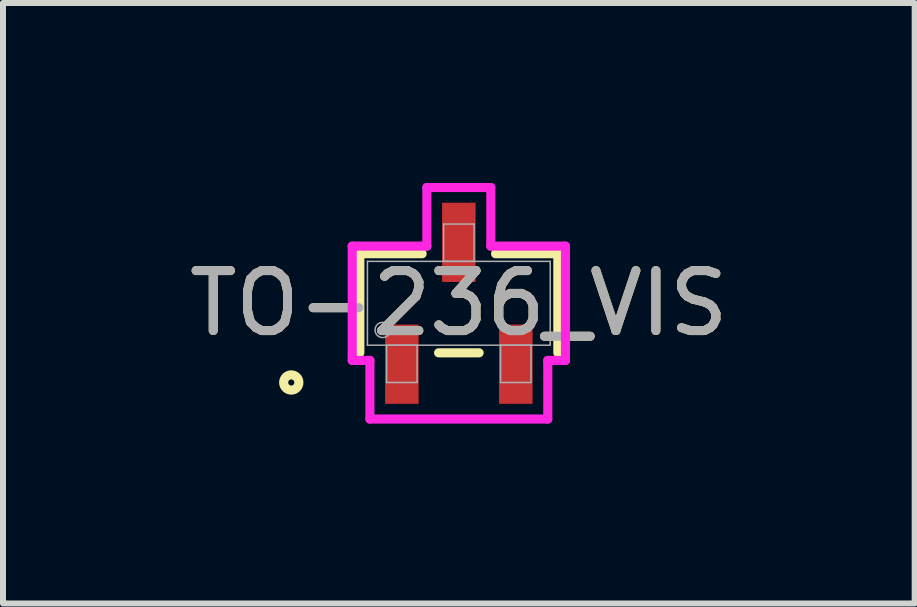
<source format=kicad_pcb>
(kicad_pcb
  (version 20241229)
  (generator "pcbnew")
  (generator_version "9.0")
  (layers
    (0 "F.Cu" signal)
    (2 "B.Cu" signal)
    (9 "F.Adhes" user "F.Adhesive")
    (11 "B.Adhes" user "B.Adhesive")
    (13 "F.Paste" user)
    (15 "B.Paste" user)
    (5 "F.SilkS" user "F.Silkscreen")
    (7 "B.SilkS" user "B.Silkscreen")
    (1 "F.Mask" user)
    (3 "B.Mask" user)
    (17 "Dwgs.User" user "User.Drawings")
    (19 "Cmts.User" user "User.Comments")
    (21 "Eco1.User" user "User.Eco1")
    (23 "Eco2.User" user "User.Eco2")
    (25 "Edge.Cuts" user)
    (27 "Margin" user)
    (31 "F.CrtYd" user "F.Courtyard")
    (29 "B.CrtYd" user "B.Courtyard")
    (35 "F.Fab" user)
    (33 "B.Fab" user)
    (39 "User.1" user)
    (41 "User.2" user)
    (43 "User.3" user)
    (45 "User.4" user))
  (footprint "TO-236_VIS"
    (layer "F.Cu")
    (at 4.601 2.007)
    (property "Reference" "TO-236_VIS" (at 0 0 0) (unlocked yes) (layer "F.SilkS") (effects (font (size 1 1) (thickness 0.15))))
    (attr smd)
    (fp_line (start -1.651 -0.826) (end -1.651 0.826) (stroke (width 0.152) (type solid)) (layer "F.SilkS"))
    (fp_line (start -0.612 -0.826) (end -1.651 -0.826) (stroke (width 0.152) (type solid)) (layer "F.SilkS"))
    (fp_line (start -0.338 0.826) (end 0.338 0.826) (stroke (width 0.152) (type solid)) (layer "F.SilkS"))
    (fp_line (start 1.651 -0.826) (end 0.612 -0.826) (stroke (width 0.152) (type solid)) (layer "F.SilkS"))
    (fp_line (start 1.651 0.826) (end 1.651 -0.826) (stroke (width 0.152) (type solid)) (layer "F.SilkS"))
    (fp_circle (center -2.794 1.321) (end -2.667 1.321) (stroke (width 0.152) (type solid)) (fill no) (layer "F.SilkS"))
    (fp_line (start -1.778 -0.953) (end -0.533 -0.953) (stroke (width 0.152) (type solid)) (layer "F.CrtYd"))
    (fp_line (start -1.778 0.953) (end -1.778 -0.953) (stroke (width 0.152) (type solid)) (layer "F.CrtYd"))
    (fp_line (start -1.778 0.953) (end -1.483 0.953) (stroke (width 0.152) (type solid)) (layer "F.CrtYd"))
    (fp_line (start -1.483 0.953) (end -1.483 1.93) (stroke (width 0.152) (type solid)) (layer "F.CrtYd"))
    (fp_line (start -1.483 1.93) (end 1.483 1.93) (stroke (width 0.152) (type solid)) (layer "F.CrtYd"))
    (fp_line (start -0.533 -1.93) (end 0.533 -1.93) (stroke (width 0.152) (type solid)) (layer "F.CrtYd"))
    (fp_line (start -0.533 -0.953) (end -0.533 -1.93) (stroke (width 0.152) (type solid)) (layer "F.CrtYd"))
    (fp_line (start 0.533 -0.953) (end 0.533 -1.93) (stroke (width 0.152) (type solid)) (layer "F.CrtYd"))
    (fp_line (start 1.483 0.953) (end 1.483 1.93) (stroke (width 0.152) (type solid)) (layer "F.CrtYd"))
    (fp_line (start 1.778 -0.953) (end 0.533 -0.953) (stroke (width 0.152) (type solid)) (layer "F.CrtYd"))
    (fp_line (start 1.778 -0.953) (end 1.778 0.953) (stroke (width 0.152) (type solid)) (layer "F.CrtYd"))
    (fp_line (start 1.778 0.953) (end 1.483 0.953) (stroke (width 0.152) (type solid)) (layer "F.CrtYd"))
    (fp_line (start -1.524 -0.699) (end -1.524 0.699) (stroke (width 0.025) (type solid)) (layer "F.Fab"))
    (fp_line (start -1.524 0.699) (end 1.524 0.699) (stroke (width 0.025) (type solid)) (layer "F.Fab"))
    (fp_line (start -1.204 0.699) (end -1.204 1.321) (stroke (width 0.025) (type solid)) (layer "F.Fab"))
    (fp_line (start -1.204 1.321) (end -0.696 1.321) (stroke (width 0.025) (type solid)) (layer "F.Fab"))
    (fp_line (start -0.696 0.699) (end -1.204 0.699) (stroke (width 0.025) (type solid)) (layer "F.Fab"))
    (fp_line (start -0.696 1.321) (end -0.696 0.699) (stroke (width 0.025) (type solid)) (layer "F.Fab"))
    (fp_line (start -0.254 -1.321) (end -0.254 -0.699) (stroke (width 0.025) (type solid)) (layer "F.Fab"))
    (fp_line (start -0.254 -0.699) (end 0.254 -0.699) (stroke (width 0.025) (type solid)) (layer "F.Fab"))
    (fp_line (start 0.254 -1.321) (end -0.254 -1.321) (stroke (width 0.025) (type solid)) (layer "F.Fab"))
    (fp_line (start 0.254 -0.699) (end 0.254 -1.321) (stroke (width 0.025) (type solid)) (layer "F.Fab"))
    (fp_line (start 0.696 0.699) (end 0.696 1.321) (stroke (width 0.025) (type solid)) (layer "F.Fab"))
    (fp_line (start 0.696 1.321) (end 1.204 1.321) (stroke (width 0.025) (type solid)) (layer "F.Fab"))
    (fp_line (start 1.204 0.699) (end 0.696 0.699) (stroke (width 0.025) (type solid)) (layer "F.Fab"))
    (fp_line (start 1.204 1.321) (end 1.204 0.699) (stroke (width 0.025) (type solid)) (layer "F.Fab"))
    (fp_line (start 1.524 -0.699) (end -1.524 -0.699) (stroke (width 0.025) (type solid)) (layer "F.Fab"))
    (fp_line (start 1.524 0.699) (end 1.524 -0.699) (stroke (width 0.025) (type solid)) (layer "F.Fab"))
    (fp_circle (center -1.27 0.445) (end -1.143 0.445) (stroke (width 0.025) (type solid)) (fill no) (layer "F.Fab"))
    (fp_text user "${REFERENCE}" (at 0 0 0) (unlocked yes) (layer "F.Fab") (effects (font (size 1 1) (thickness 0.15))))
    (pad "1" smd rect (at 0 -1.016) (size 0.559 1.321) (layers "F.Cu" "F.Mask" "F.Paste"))
    (pad "2" smd rect (at -0.95 1.016) (size 0.559 1.321) (layers "F.Cu" "F.Mask" "F.Paste"))
    (pad "3" smd rect (at 0.95 1.016) (size 0.559 1.321) (layers "F.Cu" "F.Mask" "F.Paste")))
  (gr_rect
    (start -3 -3)
    (end 12.202 7.013)
    (stroke (width 0.1) (type default))
    (fill no)
    (layer "Edge.Cuts")))
</source>
